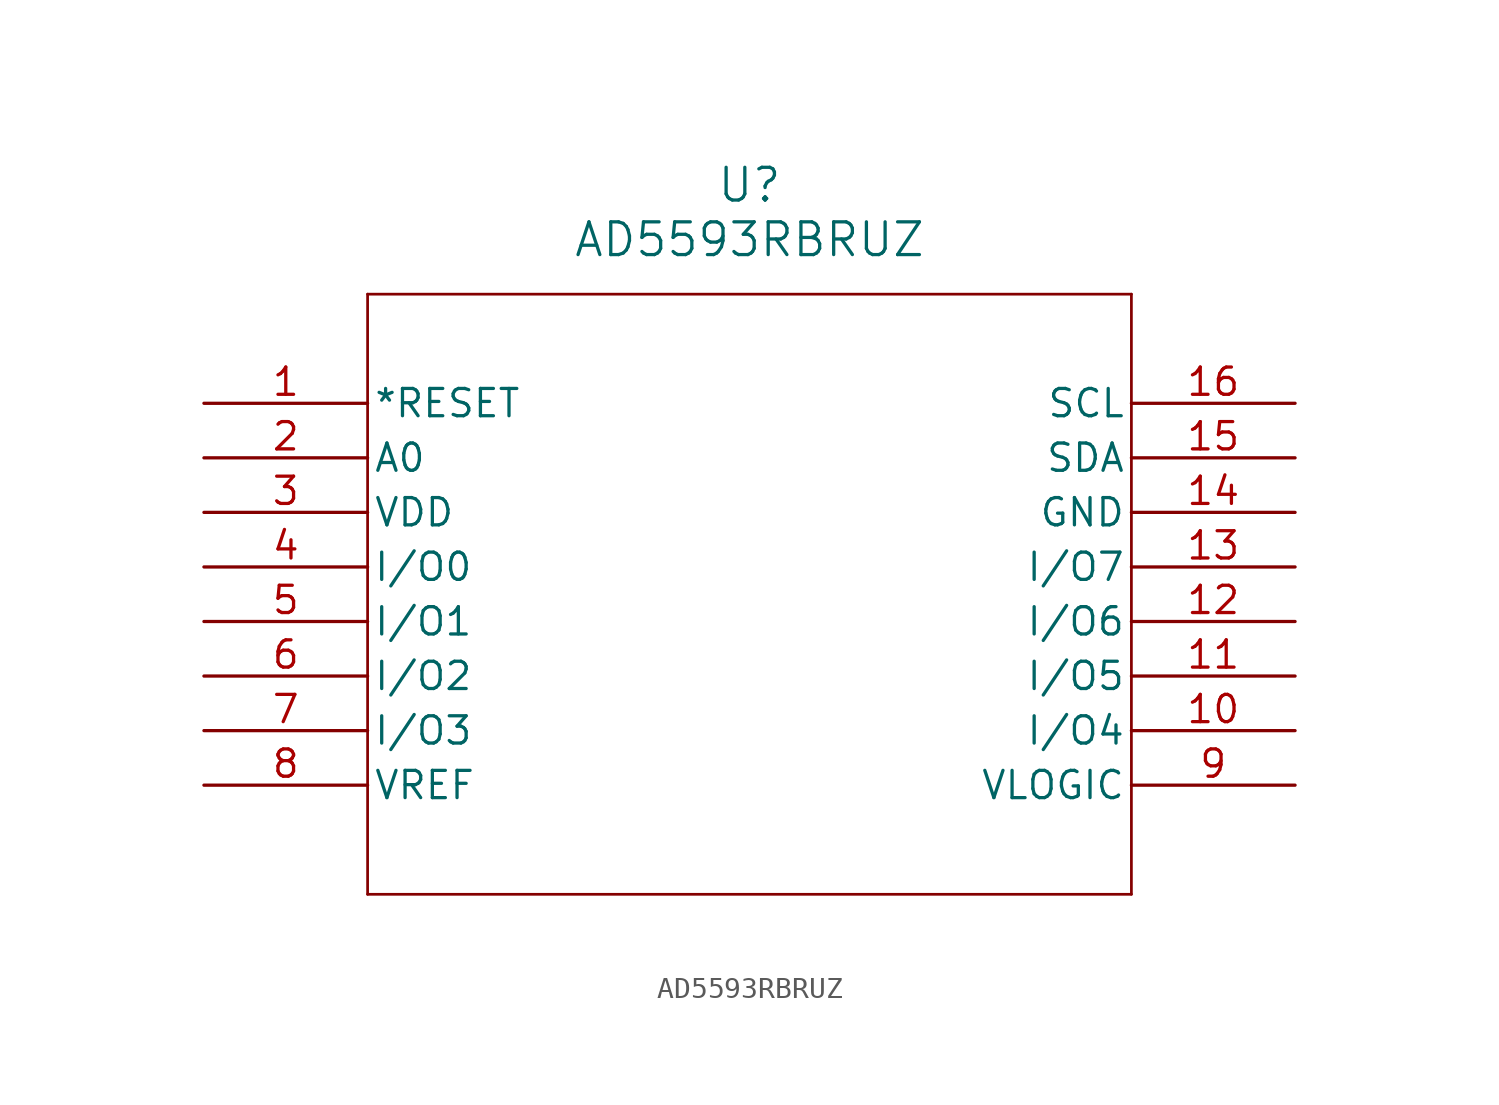
<source format=kicad_sym>
(kicad_symbol_lib
  (version 20211014)
  (generator kicad_symbol_editor)
  (symbol "AD5593RBRUZ"
    (pin_names
      (offset 0.254))
    (property "Reference" "U"
      (at 25.4 10.16 0)
      (effects (font (size 1.524 1.524))))
    (property "Value" "AD5593RBRUZ"
      (at 25.4 7.62 0)
      (effects (font (size 1.524 1.524))))
    (symbol "AD5593RBRUZ_0_1"
      (polyline (pts (xy 7.62 5.08) (xy 7.62 -22.86)) (stroke (width 0.127) (type default) (color 0 0 0 0)) (fill (type none)))
      (polyline (pts (xy 7.62 -22.86) (xy 43.18 -22.86)) (stroke (width 0.127) (type default) (color 0 0 0 0)) (fill (type none)))
      (polyline (pts (xy 43.18 -22.86) (xy 43.18 5.08)) (stroke (width 0.127) (type default) (color 0 0 0 0)) (fill (type none)))
      (polyline (pts (xy 43.18 5.08) (xy 7.62 5.08)) (stroke (width 0.127) (type default) (color 0 0 0 0)) (fill (type none)))
      (pin unspecified line (at 0 0 0) (length 7.62) (name "*RESET" (effects (font (size 1.27 1.27)))) (number "1" (effects (font (size 1.27 1.27)))))
      (pin unspecified line (at 0 -2.54 0) (length 7.62) (name "A0" (effects (font (size 1.27 1.27)))) (number "2" (effects (font (size 1.27 1.27)))))
      (pin unspecified line (at 0 -5.08 0) (length 7.62) (name "VDD" (effects (font (size 1.27 1.27)))) (number "3" (effects (font (size 1.27 1.27)))))
      (pin unspecified line (at 0 -7.62 0) (length 7.62) (name "I/O0" (effects (font (size 1.27 1.27)))) (number "4" (effects (font (size 1.27 1.27)))))
      (pin unspecified line (at 0 -10.16 0) (length 7.62) (name "I/O1" (effects (font (size 1.27 1.27)))) (number "5" (effects (font (size 1.27 1.27)))))
      (pin unspecified line (at 0 -12.7 0) (length 7.62) (name "I/O2" (effects (font (size 1.27 1.27)))) (number "6" (effects (font (size 1.27 1.27)))))
      (pin unspecified line (at 0 -15.24 0) (length 7.62) (name "I/O3" (effects (font (size 1.27 1.27)))) (number "7" (effects (font (size 1.27 1.27)))))
      (pin unspecified line (at 0 -17.78 0) (length 7.62) (name "VREF" (effects (font (size 1.27 1.27)))) (number "8" (effects (font (size 1.27 1.27)))))
      (pin unspecified line (at 50.8 -17.78 180) (length 7.62) (name "VLOGIC" (effects (font (size 1.27 1.27)))) (number "9" (effects (font (size 1.27 1.27)))))
      (pin unspecified line (at 50.8 -15.24 180) (length 7.62) (name "I/O4" (effects (font (size 1.27 1.27)))) (number "10" (effects (font (size 1.27 1.27)))))
      (pin unspecified line (at 50.8 -12.7 180) (length 7.62) (name "I/O5" (effects (font (size 1.27 1.27)))) (number "11" (effects (font (size 1.27 1.27)))))
      (pin unspecified line (at 50.8 -10.16 180) (length 7.62) (name "I/O6" (effects (font (size 1.27 1.27)))) (number "12" (effects (font (size 1.27 1.27)))))
      (pin unspecified line (at 50.8 -7.62 180) (length 7.62) (name "I/O7" (effects (font (size 1.27 1.27)))) (number "13" (effects (font (size 1.27 1.27)))))
      (pin unspecified line (at 50.8 -5.08 180) (length 7.62) (name "GND" (effects (font (size 1.27 1.27)))) (number "14" (effects (font (size 1.27 1.27)))))
      (pin unspecified line (at 50.8 -2.54 180) (length 7.62) (name "SDA" (effects (font (size 1.27 1.27)))) (number "15" (effects (font (size 1.27 1.27)))))
      (pin unspecified line (at 50.8 0 180) (length 7.62) (name "SCL" (effects (font (size 1.27 1.27)))) (number "16" (effects (font (size 1.27 1.27))))))))
</source>
